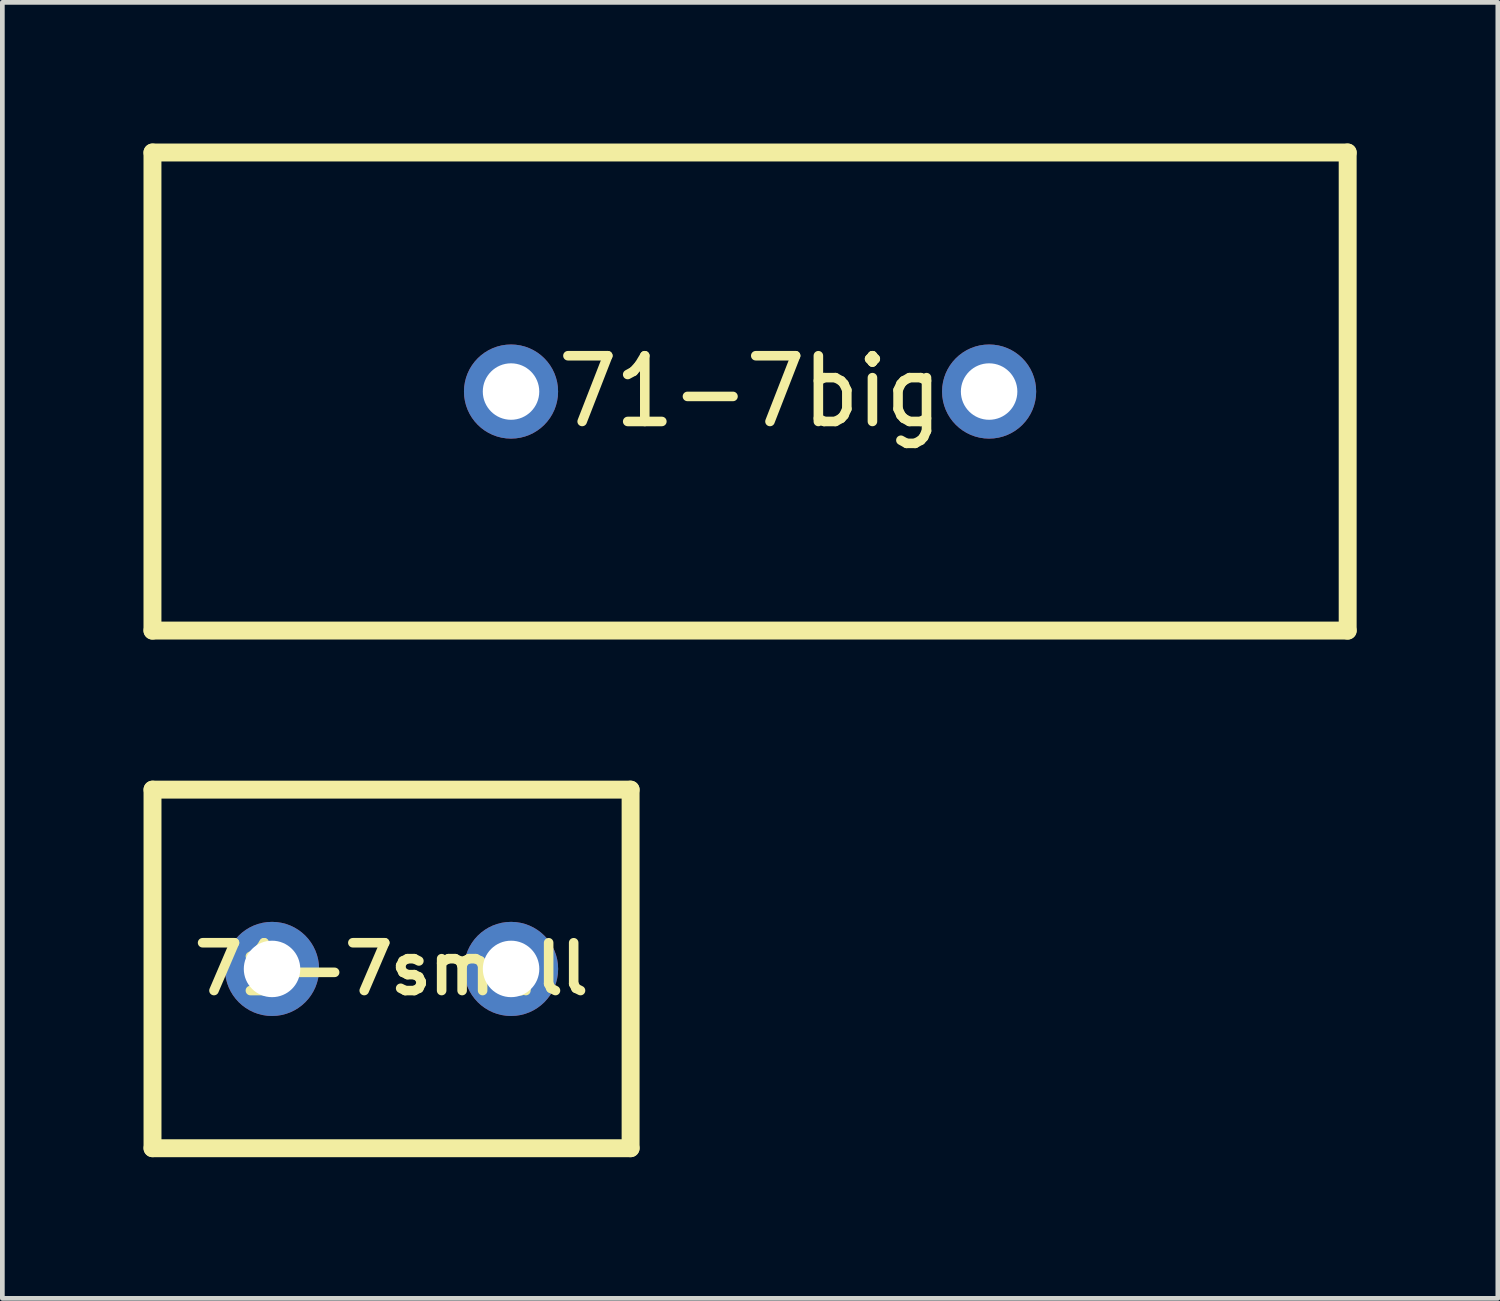
<source format=kicad_pcb>
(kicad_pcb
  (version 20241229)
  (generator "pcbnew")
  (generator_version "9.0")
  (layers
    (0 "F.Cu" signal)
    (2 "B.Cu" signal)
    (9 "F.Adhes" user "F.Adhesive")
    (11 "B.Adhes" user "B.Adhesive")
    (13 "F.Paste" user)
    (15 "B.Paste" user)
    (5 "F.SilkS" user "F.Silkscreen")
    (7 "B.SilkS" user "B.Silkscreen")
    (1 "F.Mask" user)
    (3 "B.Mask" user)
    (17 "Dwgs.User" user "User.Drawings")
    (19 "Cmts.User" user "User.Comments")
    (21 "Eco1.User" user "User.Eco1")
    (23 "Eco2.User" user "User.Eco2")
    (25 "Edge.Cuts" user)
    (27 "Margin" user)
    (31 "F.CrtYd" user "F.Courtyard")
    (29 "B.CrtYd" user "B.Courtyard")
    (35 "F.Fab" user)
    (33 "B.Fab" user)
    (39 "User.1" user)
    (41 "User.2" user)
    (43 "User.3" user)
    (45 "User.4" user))
  (footprint "71-7big"
    (layer "F.Cu")
    (at 12.89 5.271)
    (property "Reference" "71-7big" (at 0 0 0) (layer "F.SilkS") (effects (font (size 1.397 1.27) (thickness 0.203))))
    (attr through_hole)
    (fp_line (start -12.7 -5.08) (end 12.7 -5.08) (stroke (width 0.381) (type solid)) (layer "F.SilkS"))
    (fp_line (start -12.7 5.08) (end -12.7 -5.08) (stroke (width 0.381) (type solid)) (layer "F.SilkS"))
    (fp_line (start 12.7 -5.08) (end 12.7 5.08) (stroke (width 0.381) (type solid)) (layer "F.SilkS"))
    (fp_line (start 12.7 5.08) (end -12.7 5.08) (stroke (width 0.381) (type solid)) (layer "F.SilkS"))
    (pad "1" thru_hole circle (at -5.08 0) (size 2 2) (drill 1.2) (layers "*.Cu" "*.Mask"))
    (pad "2" thru_hole circle (at 5.08 0) (size 2 2) (drill 1.2) (layers "*.Cu" "*.Mask")))
  (footprint "71-7small"
    (layer "F.Cu")
    (at 5.271 17.541)
    (property "Reference" "71-7small" (at 0 0 0) (layer "F.SilkS") (effects (font (size 1.016 1.016) (thickness 0.203))))
    (attr through_hole)
    (fp_line (start -5.08 -3.81) (end 5.08 -3.81) (stroke (width 0.381) (type solid)) (layer "F.SilkS"))
    (fp_line (start -5.08 3.81) (end -5.08 -3.81) (stroke (width 0.381) (type solid)) (layer "F.SilkS"))
    (fp_line (start 5.08 -3.81) (end 5.08 3.81) (stroke (width 0.381) (type solid)) (layer "F.SilkS"))
    (fp_line (start 5.08 3.81) (end -5.08 3.81) (stroke (width 0.381) (type solid)) (layer "F.SilkS"))
    (pad "1" thru_hole circle (at -2.54 0) (size 2 2) (drill 1.2) (layers "*.Cu" "*.Mask"))
    (pad "2" thru_hole circle (at 2.54 0) (size 2 2) (drill 1.2) (layers "*.Cu" "*.Mask")))
  (gr_rect
    (start -3 -3)
    (end 28.781 24.542)
    (stroke (width 0.1) (type default))
    (fill no)
    (layer "Edge.Cuts")))
</source>
